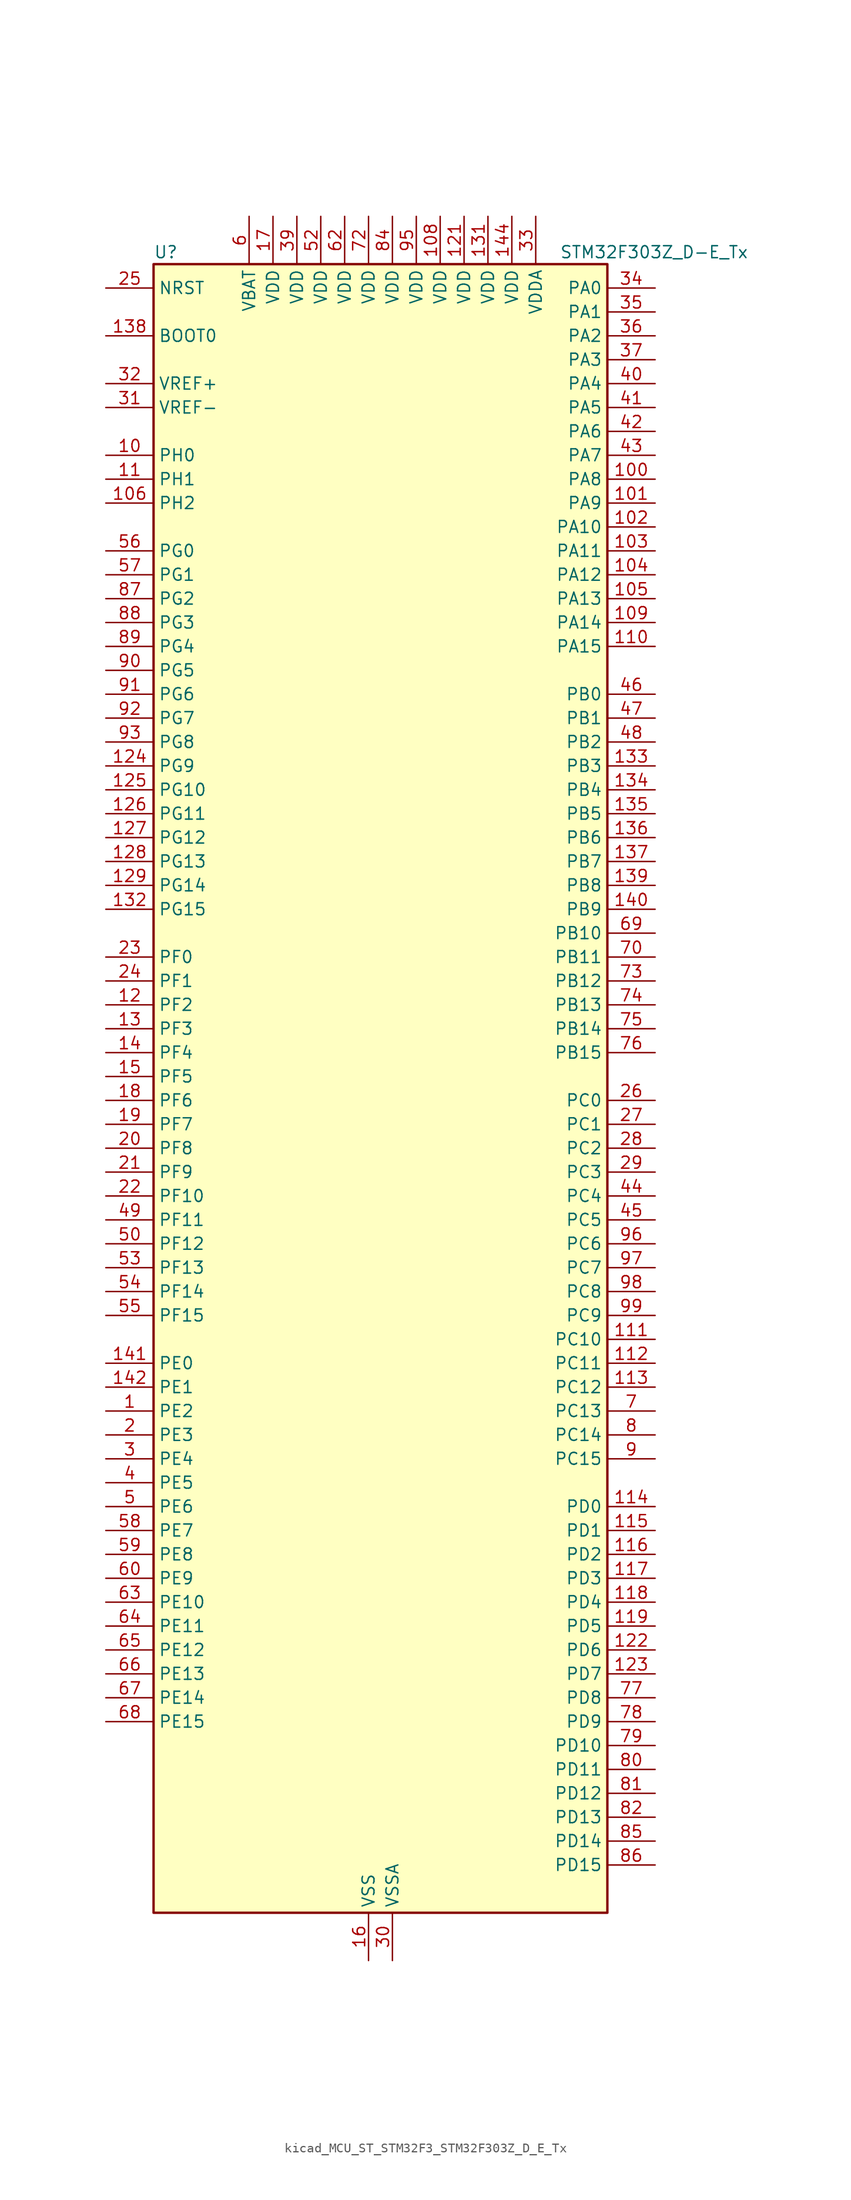
<source format=kicad_sym>
(kicad_symbol_lib
  (version 20220914)
  (generator kicad_symbol_editor)
  (symbol "kicad_MCU_ST_STM32F3_STM32F303Z_D_E_Tx"
    (property "Reference" "U"
      (at -22.86 90.17 0)
      (effects (font (size 1.27 1.27)) (justify left)))
    (property "Value" "STM32F303Z_D-E_Tx"
      (at 20.32 90.17 0)
      (effects (font (size 1.27 1.27)) (justify left)))
    (property "ki_locked" ""
      (at 0 0 0)
      (effects (font (size 1.27 1.27))))
    (symbol "kicad_MCU_ST_STM32F3_STM32F303Z_D_E_Tx_0_1"
      (rectangle (start -22.86 -86.36) (end 25.4 88.9) (stroke (width 0.254) (type default)) (fill (type background))))
    (symbol "kicad_MCU_ST_STM32F3_STM32F303Z_D_E_Tx_1_1"
      (pin bidirectional line (at -27.94 -33.02 0) (length 5.08) (name "PE2" (effects (font (size 1.27 1.27)))) (number "1" (effects (font (size 1.27 1.27)))) (alternate "ADC3_EXTI2" bidirectional line) (alternate "ADC4_EXTI2" bidirectional line) (alternate "FMC_A23" bidirectional line) (alternate "SPI4_SCK" bidirectional line) (alternate "SYS_TRACECK" bidirectional line) (alternate "TIM20_CH1" bidirectional line) (alternate "TIM3_CH1" bidirectional line) (alternate "TSC_G7_IO1" bidirectional line))
      (pin bidirectional line (at -27.94 68.58 0) (length 5.08) (name "PH0" (effects (font (size 1.27 1.27)))) (number "10" (effects (font (size 1.27 1.27)))) (alternate "FMC_A0" bidirectional line) (alternate "TIM20_CH1" bidirectional line))
      (pin bidirectional line (at 30.48 66.04 180) (length 5.08) (name "PA8" (effects (font (size 1.27 1.27)))) (number "100" (effects (font (size 1.27 1.27)))) (alternate "COMP3_OUT" bidirectional line) (alternate "I2C2_SMBA" bidirectional line) (alternate "I2C3_SCL" bidirectional line) (alternate "I2S2_MCK" bidirectional line) (alternate "RCC_MCO" bidirectional line) (alternate "TIM1_CH1" bidirectional line) (alternate "TIM4_ETR" bidirectional line) (alternate "USART1_CK" bidirectional line))
      (pin bidirectional line (at 30.48 63.5 180) (length 5.08) (name "PA9" (effects (font (size 1.27 1.27)))) (number "101" (effects (font (size 1.27 1.27)))) (alternate "COMP5_OUT" bidirectional line) (alternate "DAC1_EXTI9" bidirectional line) (alternate "I2C2_SCL" bidirectional line) (alternate "I2C3_SMBA" bidirectional line) (alternate "I2S3_MCK" bidirectional line) (alternate "TIM15_BKIN" bidirectional line) (alternate "TIM1_CH2" bidirectional line) (alternate "TIM2_CH3" bidirectional line) (alternate "TSC_G4_IO1" bidirectional line) (alternate "USART1_TX" bidirectional line))
      (pin bidirectional line (at 30.48 60.96 180) (length 5.08) (name "PA10" (effects (font (size 1.27 1.27)))) (number "102" (effects (font (size 1.27 1.27)))) (alternate "COMP6_OUT" bidirectional line) (alternate "I2C2_SDA" bidirectional line) (alternate "I2S2_ext_SD" bidirectional line) (alternate "SPI2_MISO" bidirectional line) (alternate "TIM17_BKIN" bidirectional line) (alternate "TIM1_CH3" bidirectional line) (alternate "TIM2_CH4" bidirectional line) (alternate "TIM8_BKIN" bidirectional line) (alternate "TSC_G4_IO2" bidirectional line) (alternate "USART1_RX" bidirectional line))
      (pin bidirectional line (at 30.48 58.42 180) (length 5.08) (name "PA11" (effects (font (size 1.27 1.27)))) (number "103" (effects (font (size 1.27 1.27)))) (alternate "ADC1_EXTI11" bidirectional line) (alternate "ADC2_EXTI11" bidirectional line) (alternate "CAN_RX" bidirectional line) (alternate "COMP1_OUT" bidirectional line) (alternate "I2S2_SD" bidirectional line) (alternate "SPI2_MOSI" bidirectional line) (alternate "TIM1_BKIN2" bidirectional line) (alternate "TIM1_CH1N" bidirectional line) (alternate "TIM1_CH4" bidirectional line) (alternate "TIM4_CH1" bidirectional line) (alternate "USART1_CTS" bidirectional line) (alternate "USB_DM" bidirectional line))
      (pin bidirectional line (at 30.48 55.88 180) (length 5.08) (name "PA12" (effects (font (size 1.27 1.27)))) (number "104" (effects (font (size 1.27 1.27)))) (alternate "CAN_TX" bidirectional line) (alternate "COMP2_OUT" bidirectional line) (alternate "I2S_CKIN" bidirectional line) (alternate "TIM16_CH1" bidirectional line) (alternate "TIM1_CH2N" bidirectional line) (alternate "TIM1_ETR" bidirectional line) (alternate "TIM4_CH2" bidirectional line) (alternate "USART1_DE" bidirectional line) (alternate "USART1_RTS" bidirectional line) (alternate "USB_DP" bidirectional line))
      (pin bidirectional line (at 30.48 53.34 180) (length 5.08) (name "PA13" (effects (font (size 1.27 1.27)))) (number "105" (effects (font (size 1.27 1.27)))) (alternate "IR_OUT" bidirectional line) (alternate "SYS_JTMS-SWDIO" bidirectional line) (alternate "TIM16_CH1N" bidirectional line) (alternate "TIM4_CH3" bidirectional line) (alternate "TSC_G4_IO3" bidirectional line) (alternate "USART3_CTS" bidirectional line))
      (pin bidirectional line (at -27.94 63.5 0) (length 5.08) (name "PH2" (effects (font (size 1.27 1.27)))) (number "106" (effects (font (size 1.27 1.27)))) (alternate "ADC3_EXTI2" bidirectional line) (alternate "ADC4_EXTI2" bidirectional line))
      (pin passive line (at 0 -91.44 90) (length 5.08) hide (name "VSS" (effects (font (size 1.27 1.27)))) (number "107" (effects (font (size 1.27 1.27)))))
      (pin power_in line (at 7.62 93.98 270) (length 5.08) (name "VDD" (effects (font (size 1.27 1.27)))) (number "108" (effects (font (size 1.27 1.27)))))
      (pin bidirectional line (at 30.48 50.8 180) (length 5.08) (name "PA14" (effects (font (size 1.27 1.27)))) (number "109" (effects (font (size 1.27 1.27)))) (alternate "I2C1_SDA" bidirectional line) (alternate "SYS_JTCK-SWCLK" bidirectional line) (alternate "TIM1_BKIN" bidirectional line) (alternate "TIM8_CH2" bidirectional line) (alternate "TSC_G4_IO4" bidirectional line) (alternate "USART2_TX" bidirectional line))
      (pin bidirectional line (at -27.94 66.04 0) (length 5.08) (name "PH1" (effects (font (size 1.27 1.27)))) (number "11" (effects (font (size 1.27 1.27)))) (alternate "FMC_A1" bidirectional line) (alternate "TIM20_CH2" bidirectional line))
      (pin bidirectional line (at 30.48 48.26 180) (length 5.08) (name "PA15" (effects (font (size 1.27 1.27)))) (number "110" (effects (font (size 1.27 1.27)))) (alternate "ADC1_EXTI15" bidirectional line) (alternate "ADC2_EXTI15" bidirectional line) (alternate "ADC3_EXTI15" bidirectional line) (alternate "ADC4_EXTI15" bidirectional line) (alternate "I2C1_SCL" bidirectional line) (alternate "I2S3_WS" bidirectional line) (alternate "SPI1_NSS" bidirectional line) (alternate "SPI3_NSS" bidirectional line) (alternate "SYS_JTDI" bidirectional line) (alternate "TIM1_BKIN" bidirectional line) (alternate "TIM2_CH1" bidirectional line) (alternate "TIM2_ETR" bidirectional line) (alternate "TIM8_CH1" bidirectional line) (alternate "TSC_SYNC" bidirectional line) (alternate "USART2_RX" bidirectional line))
      (pin bidirectional line (at 30.48 -25.4 180) (length 5.08) (name "PC10" (effects (font (size 1.27 1.27)))) (number "111" (effects (font (size 1.27 1.27)))) (alternate "I2S3_CK" bidirectional line) (alternate "SPI3_SCK" bidirectional line) (alternate "TIM8_CH1N" bidirectional line) (alternate "UART4_TX" bidirectional line) (alternate "USART3_TX" bidirectional line))
      (pin bidirectional line (at 30.48 -27.94 180) (length 5.08) (name "PC11" (effects (font (size 1.27 1.27)))) (number "112" (effects (font (size 1.27 1.27)))) (alternate "ADC1_EXTI11" bidirectional line) (alternate "ADC2_EXTI11" bidirectional line) (alternate "I2S3_ext_SD" bidirectional line) (alternate "SPI3_MISO" bidirectional line) (alternate "TIM8_CH2N" bidirectional line) (alternate "UART4_RX" bidirectional line) (alternate "USART3_RX" bidirectional line))
      (pin bidirectional line (at 30.48 -30.48 180) (length 5.08) (name "PC12" (effects (font (size 1.27 1.27)))) (number "113" (effects (font (size 1.27 1.27)))) (alternate "I2S3_SD" bidirectional line) (alternate "SPI3_MOSI" bidirectional line) (alternate "TIM8_CH3N" bidirectional line) (alternate "UART5_TX" bidirectional line) (alternate "USART3_CK" bidirectional line))
      (pin bidirectional line (at 30.48 -43.18 180) (length 5.08) (name "PD0" (effects (font (size 1.27 1.27)))) (number "114" (effects (font (size 1.27 1.27)))) (alternate "CAN_RX" bidirectional line) (alternate "FMC_D2" bidirectional line) (alternate "FMC_DA2" bidirectional line))
      (pin bidirectional line (at 30.48 -45.72 180) (length 5.08) (name "PD1" (effects (font (size 1.27 1.27)))) (number "115" (effects (font (size 1.27 1.27)))) (alternate "CAN_TX" bidirectional line) (alternate "FMC_D3" bidirectional line) (alternate "FMC_DA3" bidirectional line) (alternate "TIM8_BKIN2" bidirectional line) (alternate "TIM8_CH4" bidirectional line))
      (pin bidirectional line (at 30.48 -48.26 180) (length 5.08) (name "PD2" (effects (font (size 1.27 1.27)))) (number "116" (effects (font (size 1.27 1.27)))) (alternate "ADC3_EXTI2" bidirectional line) (alternate "ADC4_EXTI2" bidirectional line) (alternate "TIM3_ETR" bidirectional line) (alternate "TIM8_BKIN" bidirectional line) (alternate "UART5_RX" bidirectional line))
      (pin bidirectional line (at 30.48 -50.8 180) (length 5.08) (name "PD3" (effects (font (size 1.27 1.27)))) (number "117" (effects (font (size 1.27 1.27)))) (alternate "FMC_CLK" bidirectional line) (alternate "TIM2_CH1" bidirectional line) (alternate "TIM2_ETR" bidirectional line) (alternate "USART2_CTS" bidirectional line))
      (pin bidirectional line (at 30.48 -53.34 180) (length 5.08) (name "PD4" (effects (font (size 1.27 1.27)))) (number "118" (effects (font (size 1.27 1.27)))) (alternate "FMC_NOE" bidirectional line) (alternate "TIM2_CH2" bidirectional line) (alternate "USART2_DE" bidirectional line) (alternate "USART2_RTS" bidirectional line))
      (pin bidirectional line (at 30.48 -55.88 180) (length 5.08) (name "PD5" (effects (font (size 1.27 1.27)))) (number "119" (effects (font (size 1.27 1.27)))) (alternate "FMC_NWE" bidirectional line) (alternate "USART2_TX" bidirectional line))
      (pin bidirectional line (at -27.94 10.16 0) (length 5.08) (name "PF2" (effects (font (size 1.27 1.27)))) (number "12" (effects (font (size 1.27 1.27)))) (alternate "ADC1_IN10" bidirectional line) (alternate "ADC2_IN10" bidirectional line) (alternate "ADC3_EXTI2" bidirectional line) (alternate "ADC4_EXTI2" bidirectional line) (alternate "FMC_A2" bidirectional line) (alternate "TIM20_CH3" bidirectional line))
      (pin passive line (at 0 -91.44 90) (length 5.08) hide (name "VSS" (effects (font (size 1.27 1.27)))) (number "120" (effects (font (size 1.27 1.27)))))
      (pin power_in line (at 10.16 93.98 270) (length 5.08) (name "VDD" (effects (font (size 1.27 1.27)))) (number "121" (effects (font (size 1.27 1.27)))))
      (pin bidirectional line (at 30.48 -58.42 180) (length 5.08) (name "PD6" (effects (font (size 1.27 1.27)))) (number "122" (effects (font (size 1.27 1.27)))) (alternate "FMC_NWAIT" bidirectional line) (alternate "TIM2_CH4" bidirectional line) (alternate "USART2_RX" bidirectional line))
      (pin bidirectional line (at 30.48 -60.96 180) (length 5.08) (name "PD7" (effects (font (size 1.27 1.27)))) (number "123" (effects (font (size 1.27 1.27)))) (alternate "FMC_NCE2" bidirectional line) (alternate "FMC_NE1" bidirectional line) (alternate "TIM2_CH3" bidirectional line) (alternate "USART2_CK" bidirectional line))
      (pin bidirectional line (at -27.94 35.56 0) (length 5.08) (name "PG9" (effects (font (size 1.27 1.27)))) (number "124" (effects (font (size 1.27 1.27)))) (alternate "DAC1_EXTI9" bidirectional line) (alternate "FMC_NCE3" bidirectional line) (alternate "FMC_NE2" bidirectional line))
      (pin bidirectional line (at -27.94 33.02 0) (length 5.08) (name "PG10" (effects (font (size 1.27 1.27)))) (number "125" (effects (font (size 1.27 1.27)))) (alternate "FMC_NCE4_1" bidirectional line) (alternate "FMC_NE3" bidirectional line))
      (pin bidirectional line (at -27.94 30.48 0) (length 5.08) (name "PG11" (effects (font (size 1.27 1.27)))) (number "126" (effects (font (size 1.27 1.27)))) (alternate "ADC1_EXTI11" bidirectional line) (alternate "ADC2_EXTI11" bidirectional line) (alternate "FMC_NCE4_2" bidirectional line))
      (pin bidirectional line (at -27.94 27.94 0) (length 5.08) (name "PG12" (effects (font (size 1.27 1.27)))) (number "127" (effects (font (size 1.27 1.27)))) (alternate "FMC_NE4" bidirectional line))
      (pin bidirectional line (at -27.94 25.4 0) (length 5.08) (name "PG13" (effects (font (size 1.27 1.27)))) (number "128" (effects (font (size 1.27 1.27)))) (alternate "FMC_A24" bidirectional line))
      (pin bidirectional line (at -27.94 22.86 0) (length 5.08) (name "PG14" (effects (font (size 1.27 1.27)))) (number "129" (effects (font (size 1.27 1.27)))) (alternate "FMC_A25" bidirectional line))
      (pin bidirectional line (at -27.94 7.62 0) (length 5.08) (name "PF3" (effects (font (size 1.27 1.27)))) (number "13" (effects (font (size 1.27 1.27)))) (alternate "FMC_A3" bidirectional line) (alternate "TIM20_CH4" bidirectional line))
      (pin passive line (at 0 -91.44 90) (length 5.08) hide (name "VSS" (effects (font (size 1.27 1.27)))) (number "130" (effects (font (size 1.27 1.27)))))
      (pin power_in line (at 12.7 93.98 270) (length 5.08) (name "VDD" (effects (font (size 1.27 1.27)))) (number "131" (effects (font (size 1.27 1.27)))))
      (pin bidirectional line (at -27.94 20.32 0) (length 5.08) (name "PG15" (effects (font (size 1.27 1.27)))) (number "132" (effects (font (size 1.27 1.27)))) (alternate "ADC1_EXTI15" bidirectional line) (alternate "ADC2_EXTI15" bidirectional line) (alternate "ADC3_EXTI15" bidirectional line) (alternate "ADC4_EXTI15" bidirectional line))
      (pin bidirectional line (at 30.48 35.56 180) (length 5.08) (name "PB3" (effects (font (size 1.27 1.27)))) (number "133" (effects (font (size 1.27 1.27)))) (alternate "I2S3_CK" bidirectional line) (alternate "SPI1_SCK" bidirectional line) (alternate "SPI3_SCK" bidirectional line) (alternate "SYS_JTDO-TRACESWO" bidirectional line) (alternate "TIM2_CH2" bidirectional line) (alternate "TIM3_ETR" bidirectional line) (alternate "TIM4_ETR" bidirectional line) (alternate "TIM8_CH1N" bidirectional line) (alternate "TSC_G5_IO1" bidirectional line) (alternate "USART2_TX" bidirectional line))
      (pin bidirectional line (at 30.48 33.02 180) (length 5.08) (name "PB4" (effects (font (size 1.27 1.27)))) (number "134" (effects (font (size 1.27 1.27)))) (alternate "I2S3_ext_SD" bidirectional line) (alternate "SPI1_MISO" bidirectional line) (alternate "SPI3_MISO" bidirectional line) (alternate "SYS_NJTRST" bidirectional line) (alternate "TIM16_CH1" bidirectional line) (alternate "TIM17_BKIN" bidirectional line) (alternate "TIM3_CH1" bidirectional line) (alternate "TIM8_CH2N" bidirectional line) (alternate "TSC_G5_IO2" bidirectional line) (alternate "USART2_RX" bidirectional line))
      (pin bidirectional line (at 30.48 30.48 180) (length 5.08) (name "PB5" (effects (font (size 1.27 1.27)))) (number "135" (effects (font (size 1.27 1.27)))) (alternate "I2C1_SMBA" bidirectional line) (alternate "I2C3_SDA" bidirectional line) (alternate "I2S3_SD" bidirectional line) (alternate "SPI1_MOSI" bidirectional line) (alternate "SPI3_MOSI" bidirectional line) (alternate "TIM16_BKIN" bidirectional line) (alternate "TIM17_CH1" bidirectional line) (alternate "TIM3_CH2" bidirectional line) (alternate "TIM8_CH3N" bidirectional line) (alternate "USART2_CK" bidirectional line))
      (pin bidirectional line (at 30.48 27.94 180) (length 5.08) (name "PB6" (effects (font (size 1.27 1.27)))) (number "136" (effects (font (size 1.27 1.27)))) (alternate "I2C1_SCL" bidirectional line) (alternate "TIM16_CH1N" bidirectional line) (alternate "TIM4_CH1" bidirectional line) (alternate "TIM8_BKIN2" bidirectional line) (alternate "TIM8_CH1" bidirectional line) (alternate "TIM8_ETR" bidirectional line) (alternate "TSC_G5_IO3" bidirectional line) (alternate "USART1_TX" bidirectional line))
      (pin bidirectional line (at 30.48 25.4 180) (length 5.08) (name "PB7" (effects (font (size 1.27 1.27)))) (number "137" (effects (font (size 1.27 1.27)))) (alternate "FMC_NL" bidirectional line) (alternate "I2C1_SDA" bidirectional line) (alternate "TIM17_CH1N" bidirectional line) (alternate "TIM3_CH4" bidirectional line) (alternate "TIM4_CH2" bidirectional line) (alternate "TIM8_BKIN" bidirectional line) (alternate "TSC_G5_IO4" bidirectional line) (alternate "USART1_RX" bidirectional line))
      (pin input line (at -27.94 81.28 0) (length 5.08) (name "BOOT0" (effects (font (size 1.27 1.27)))) (number "138" (effects (font (size 1.27 1.27)))))
      (pin bidirectional line (at 30.48 22.86 180) (length 5.08) (name "PB8" (effects (font (size 1.27 1.27)))) (number "139" (effects (font (size 1.27 1.27)))) (alternate "CAN_RX" bidirectional line) (alternate "COMP1_OUT" bidirectional line) (alternate "I2C1_SCL" bidirectional line) (alternate "TIM16_CH1" bidirectional line) (alternate "TIM1_BKIN" bidirectional line) (alternate "TIM4_CH3" bidirectional line) (alternate "TIM8_CH2" bidirectional line) (alternate "TSC_SYNC" bidirectional line) (alternate "USART3_RX" bidirectional line))
      (pin bidirectional line (at -27.94 5.08 0) (length 5.08) (name "PF4" (effects (font (size 1.27 1.27)))) (number "14" (effects (font (size 1.27 1.27)))) (alternate "ADC1_IN5" bidirectional line) (alternate "COMP1_OUT" bidirectional line) (alternate "FMC_A4" bidirectional line) (alternate "TIM20_CH1N" bidirectional line))
      (pin bidirectional line (at 30.48 20.32 180) (length 5.08) (name "PB9" (effects (font (size 1.27 1.27)))) (number "140" (effects (font (size 1.27 1.27)))) (alternate "CAN_TX" bidirectional line) (alternate "COMP2_OUT" bidirectional line) (alternate "DAC1_EXTI9" bidirectional line) (alternate "I2C1_SDA" bidirectional line) (alternate "IR_OUT" bidirectional line) (alternate "TIM17_CH1" bidirectional line) (alternate "TIM4_CH4" bidirectional line) (alternate "TIM8_CH3" bidirectional line) (alternate "USART3_TX" bidirectional line))
      (pin bidirectional line (at -27.94 -27.94 0) (length 5.08) (name "PE0" (effects (font (size 1.27 1.27)))) (number "141" (effects (font (size 1.27 1.27)))) (alternate "FMC_NBL0" bidirectional line) (alternate "TIM16_CH1" bidirectional line) (alternate "TIM20_ETR" bidirectional line) (alternate "TIM4_ETR" bidirectional line) (alternate "USART1_TX" bidirectional line))
      (pin bidirectional line (at -27.94 -30.48 0) (length 5.08) (name "PE1" (effects (font (size 1.27 1.27)))) (number "142" (effects (font (size 1.27 1.27)))) (alternate "FMC_NBL1" bidirectional line) (alternate "TIM17_CH1" bidirectional line) (alternate "TIM20_CH4" bidirectional line) (alternate "USART1_RX" bidirectional line))
      (pin passive line (at 0 -91.44 90) (length 5.08) hide (name "VSS" (effects (font (size 1.27 1.27)))) (number "143" (effects (font (size 1.27 1.27)))))
      (pin power_in line (at 15.24 93.98 270) (length 5.08) (name "VDD" (effects (font (size 1.27 1.27)))) (number "144" (effects (font (size 1.27 1.27)))))
      (pin bidirectional line (at -27.94 2.54 0) (length 5.08) (name "PF5" (effects (font (size 1.27 1.27)))) (number "15" (effects (font (size 1.27 1.27)))) (alternate "FMC_A5" bidirectional line) (alternate "TIM20_CH2N" bidirectional line))
      (pin power_in line (at 0 -91.44 90) (length 5.08) (name "VSS" (effects (font (size 1.27 1.27)))) (number "16" (effects (font (size 1.27 1.27)))))
      (pin power_in line (at -10.16 93.98 270) (length 5.08) (name "VDD" (effects (font (size 1.27 1.27)))) (number "17" (effects (font (size 1.27 1.27)))))
      (pin bidirectional line (at -27.94 0 0) (length 5.08) (name "PF6" (effects (font (size 1.27 1.27)))) (number "18" (effects (font (size 1.27 1.27)))) (alternate "FMC_NIORD" bidirectional line) (alternate "I2C2_SCL" bidirectional line) (alternate "TIM4_CH4" bidirectional line) (alternate "USART3_DE" bidirectional line) (alternate "USART3_RTS" bidirectional line))
      (pin bidirectional line (at -27.94 -2.54 0) (length 5.08) (name "PF7" (effects (font (size 1.27 1.27)))) (number "19" (effects (font (size 1.27 1.27)))) (alternate "FMC_NREG" bidirectional line) (alternate "TIM20_BKIN" bidirectional line))
      (pin bidirectional line (at -27.94 -35.56 0) (length 5.08) (name "PE3" (effects (font (size 1.27 1.27)))) (number "2" (effects (font (size 1.27 1.27)))) (alternate "FMC_A19" bidirectional line) (alternate "SPI4_NSS" bidirectional line) (alternate "SYS_TRACED0" bidirectional line) (alternate "TIM20_CH2" bidirectional line) (alternate "TIM3_CH2" bidirectional line) (alternate "TSC_G7_IO2" bidirectional line))
      (pin bidirectional line (at -27.94 -5.08 0) (length 5.08) (name "PF8" (effects (font (size 1.27 1.27)))) (number "20" (effects (font (size 1.27 1.27)))) (alternate "FMC_NIOWR" bidirectional line) (alternate "TIM20_BKIN2" bidirectional line))
      (pin bidirectional line (at -27.94 -7.62 0) (length 5.08) (name "PF9" (effects (font (size 1.27 1.27)))) (number "21" (effects (font (size 1.27 1.27)))) (alternate "DAC1_EXTI9" bidirectional line) (alternate "FMC_CD" bidirectional line) (alternate "SPI2_SCK" bidirectional line) (alternate "TIM15_CH1" bidirectional line) (alternate "TIM20_BKIN" bidirectional line))
      (pin bidirectional line (at -27.94 -10.16 0) (length 5.08) (name "PF10" (effects (font (size 1.27 1.27)))) (number "22" (effects (font (size 1.27 1.27)))) (alternate "FMC_INTR" bidirectional line) (alternate "SPI2_SCK" bidirectional line) (alternate "TIM15_CH2" bidirectional line) (alternate "TIM20_BKIN2" bidirectional line))
      (pin bidirectional line (at -27.94 15.24 0) (length 5.08) (name "PF0" (effects (font (size 1.27 1.27)))) (number "23" (effects (font (size 1.27 1.27)))) (alternate "I2C2_SDA" bidirectional line) (alternate "I2S2_WS" bidirectional line) (alternate "RCC_OSC_IN" bidirectional line) (alternate "SPI2_NSS" bidirectional line) (alternate "TIM1_CH3N" bidirectional line))
      (pin bidirectional line (at -27.94 12.7 0) (length 5.08) (name "PF1" (effects (font (size 1.27 1.27)))) (number "24" (effects (font (size 1.27 1.27)))) (alternate "I2C2_SCL" bidirectional line) (alternate "I2S2_CK" bidirectional line) (alternate "RCC_OSC_OUT" bidirectional line) (alternate "SPI2_SCK" bidirectional line))
      (pin input line (at -27.94 86.36 0) (length 5.08) (name "NRST" (effects (font (size 1.27 1.27)))) (number "25" (effects (font (size 1.27 1.27)))))
      (pin bidirectional line (at 30.48 0 180) (length 5.08) (name "PC0" (effects (font (size 1.27 1.27)))) (number "26" (effects (font (size 1.27 1.27)))) (alternate "ADC1_IN6" bidirectional line) (alternate "ADC2_IN6" bidirectional line) (alternate "COMP7_INM" bidirectional line) (alternate "TIM1_CH1" bidirectional line))
      (pin bidirectional line (at 30.48 -2.54 180) (length 5.08) (name "PC1" (effects (font (size 1.27 1.27)))) (number "27" (effects (font (size 1.27 1.27)))) (alternate "ADC1_IN7" bidirectional line) (alternate "ADC2_IN7" bidirectional line) (alternate "COMP7_INP" bidirectional line) (alternate "TIM1_CH2" bidirectional line))
      (pin bidirectional line (at 30.48 -5.08 180) (length 5.08) (name "PC2" (effects (font (size 1.27 1.27)))) (number "28" (effects (font (size 1.27 1.27)))) (alternate "ADC1_IN8" bidirectional line) (alternate "ADC2_IN8" bidirectional line) (alternate "ADC3_EXTI2" bidirectional line) (alternate "ADC4_EXTI2" bidirectional line) (alternate "COMP7_OUT" bidirectional line) (alternate "TIM1_CH3" bidirectional line))
      (pin bidirectional line (at 30.48 -7.62 180) (length 5.08) (name "PC3" (effects (font (size 1.27 1.27)))) (number "29" (effects (font (size 1.27 1.27)))) (alternate "ADC1_IN9" bidirectional line) (alternate "ADC2_IN9" bidirectional line) (alternate "TIM1_BKIN2" bidirectional line) (alternate "TIM1_CH4" bidirectional line))
      (pin bidirectional line (at -27.94 -38.1 0) (length 5.08) (name "PE4" (effects (font (size 1.27 1.27)))) (number "3" (effects (font (size 1.27 1.27)))) (alternate "FMC_A20" bidirectional line) (alternate "SPI4_NSS" bidirectional line) (alternate "SYS_TRACED1" bidirectional line) (alternate "TIM20_CH1N" bidirectional line) (alternate "TIM3_CH3" bidirectional line) (alternate "TSC_G7_IO3" bidirectional line))
      (pin power_in line (at 2.54 -91.44 90) (length 5.08) (name "VSSA" (effects (font (size 1.27 1.27)))) (number "30" (effects (font (size 1.27 1.27)))))
      (pin input line (at -27.94 73.66 0) (length 5.08) (name "VREF-" (effects (font (size 1.27 1.27)))) (number "31" (effects (font (size 1.27 1.27)))))
      (pin input line (at -27.94 76.2 0) (length 5.08) (name "VREF+" (effects (font (size 1.27 1.27)))) (number "32" (effects (font (size 1.27 1.27)))))
      (pin power_in line (at 17.78 93.98 270) (length 5.08) (name "VDDA" (effects (font (size 1.27 1.27)))) (number "33" (effects (font (size 1.27 1.27)))))
      (pin bidirectional line (at 30.48 86.36 180) (length 5.08) (name "PA0" (effects (font (size 1.27 1.27)))) (number "34" (effects (font (size 1.27 1.27)))) (alternate "ADC1_IN1" bidirectional line) (alternate "COMP1_INM" bidirectional line) (alternate "COMP1_OUT" bidirectional line) (alternate "RTC_TAMP2" bidirectional line) (alternate "SYS_WKUP1" bidirectional line) (alternate "TIM2_CH1" bidirectional line) (alternate "TIM2_ETR" bidirectional line) (alternate "TIM8_BKIN" bidirectional line) (alternate "TIM8_ETR" bidirectional line) (alternate "TSC_G1_IO1" bidirectional line) (alternate "USART2_CTS" bidirectional line))
      (pin bidirectional line (at 30.48 83.82 180) (length 5.08) (name "PA1" (effects (font (size 1.27 1.27)))) (number "35" (effects (font (size 1.27 1.27)))) (alternate "ADC1_IN2" bidirectional line) (alternate "COMP1_INP" bidirectional line) (alternate "OPAMP1_VINP" bidirectional line) (alternate "OPAMP1_VINP_SEC" bidirectional line) (alternate "OPAMP3_VINP" bidirectional line) (alternate "OPAMP3_VINP_SEC" bidirectional line) (alternate "RTC_REFIN" bidirectional line) (alternate "TIM15_CH1N" bidirectional line) (alternate "TIM2_CH2" bidirectional line) (alternate "TSC_G1_IO2" bidirectional line) (alternate "USART2_DE" bidirectional line) (alternate "USART2_RTS" bidirectional line))
      (pin bidirectional line (at 30.48 81.28 180) (length 5.08) (name "PA2" (effects (font (size 1.27 1.27)))) (number "36" (effects (font (size 1.27 1.27)))) (alternate "ADC1_IN3" bidirectional line) (alternate "ADC3_EXTI2" bidirectional line) (alternate "ADC4_EXTI2" bidirectional line) (alternate "COMP2_INM" bidirectional line) (alternate "COMP2_OUT" bidirectional line) (alternate "OPAMP1_VOUT" bidirectional line) (alternate "TIM15_CH1" bidirectional line) (alternate "TIM2_CH3" bidirectional line) (alternate "TSC_G1_IO3" bidirectional line) (alternate "USART2_TX" bidirectional line))
      (pin bidirectional line (at 30.48 78.74 180) (length 5.08) (name "PA3" (effects (font (size 1.27 1.27)))) (number "37" (effects (font (size 1.27 1.27)))) (alternate "ADC1_IN4" bidirectional line) (alternate "OPAMP1_VINM" bidirectional line) (alternate "OPAMP1_VINM_SEC" bidirectional line) (alternate "OPAMP1_VINP" bidirectional line) (alternate "OPAMP1_VINP_SEC" bidirectional line) (alternate "TIM15_CH2" bidirectional line) (alternate "TIM2_CH4" bidirectional line) (alternate "TSC_G1_IO4" bidirectional line) (alternate "USART2_RX" bidirectional line))
      (pin passive line (at 0 -91.44 90) (length 5.08) hide (name "VSS" (effects (font (size 1.27 1.27)))) (number "38" (effects (font (size 1.27 1.27)))))
      (pin power_in line (at -7.62 93.98 270) (length 5.08) (name "VDD" (effects (font (size 1.27 1.27)))) (number "39" (effects (font (size 1.27 1.27)))))
      (pin bidirectional line (at -27.94 -40.64 0) (length 5.08) (name "PE5" (effects (font (size 1.27 1.27)))) (number "4" (effects (font (size 1.27 1.27)))) (alternate "FMC_A21" bidirectional line) (alternate "SPI4_MISO" bidirectional line) (alternate "SYS_TRACED2" bidirectional line) (alternate "TIM20_CH2N" bidirectional line) (alternate "TIM3_CH4" bidirectional line) (alternate "TSC_G7_IO4" bidirectional line))
      (pin bidirectional line (at 30.48 76.2 180) (length 5.08) (name "PA4" (effects (font (size 1.27 1.27)))) (number "40" (effects (font (size 1.27 1.27)))) (alternate "ADC2_IN1" bidirectional line) (alternate "COMP1_INM" bidirectional line) (alternate "COMP2_INM" bidirectional line) (alternate "COMP3_INM" bidirectional line) (alternate "COMP4_INM" bidirectional line) (alternate "COMP5_INM" bidirectional line) (alternate "COMP6_INM" bidirectional line) (alternate "COMP7_INM" bidirectional line) (alternate "DAC1_OUT1" bidirectional line) (alternate "I2S3_WS" bidirectional line) (alternate "OPAMP4_VINP" bidirectional line) (alternate "OPAMP4_VINP_SEC" bidirectional line) (alternate "SPI1_NSS" bidirectional line) (alternate "SPI3_NSS" bidirectional line) (alternate "TIM3_CH2" bidirectional line) (alternate "TSC_G2_IO1" bidirectional line) (alternate "USART2_CK" bidirectional line))
      (pin bidirectional line (at 30.48 73.66 180) (length 5.08) (name "PA5" (effects (font (size 1.27 1.27)))) (number "41" (effects (font (size 1.27 1.27)))) (alternate "ADC2_IN2" bidirectional line) (alternate "COMP1_INM" bidirectional line) (alternate "COMP2_INM" bidirectional line) (alternate "COMP3_INM" bidirectional line) (alternate "COMP4_INM" bidirectional line) (alternate "COMP5_INM" bidirectional line) (alternate "COMP6_INM" bidirectional line) (alternate "COMP7_INM" bidirectional line) (alternate "DAC1_OUT2" bidirectional line) (alternate "OPAMP1_VINP" bidirectional line) (alternate "OPAMP1_VINP_SEC" bidirectional line) (alternate "OPAMP2_VINM" bidirectional line) (alternate "OPAMP2_VINM_SEC" bidirectional line) (alternate "OPAMP3_VINP" bidirectional line) (alternate "OPAMP3_VINP_SEC" bidirectional line) (alternate "SPI1_SCK" bidirectional line) (alternate "TIM2_CH1" bidirectional line) (alternate "TIM2_ETR" bidirectional line) (alternate "TSC_G2_IO2" bidirectional line))
      (pin bidirectional line (at 30.48 71.12 180) (length 5.08) (name "PA6" (effects (font (size 1.27 1.27)))) (number "42" (effects (font (size 1.27 1.27)))) (alternate "ADC2_IN3" bidirectional line) (alternate "COMP1_OUT" bidirectional line) (alternate "OPAMP2_VOUT" bidirectional line) (alternate "SPI1_MISO" bidirectional line) (alternate "TIM16_CH1" bidirectional line) (alternate "TIM1_BKIN" bidirectional line) (alternate "TIM3_CH1" bidirectional line) (alternate "TIM8_BKIN" bidirectional line) (alternate "TSC_G2_IO3" bidirectional line))
      (pin bidirectional line (at 30.48 68.58 180) (length 5.08) (name "PA7" (effects (font (size 1.27 1.27)))) (number "43" (effects (font (size 1.27 1.27)))) (alternate "ADC2_IN4" bidirectional line) (alternate "COMP2_INP" bidirectional line) (alternate "OPAMP1_VINP" bidirectional line) (alternate "OPAMP1_VINP_SEC" bidirectional line) (alternate "OPAMP2_VINP" bidirectional line) (alternate "OPAMP2_VINP_SEC" bidirectional line) (alternate "SPI1_MOSI" bidirectional line) (alternate "TIM17_CH1" bidirectional line) (alternate "TIM1_CH1N" bidirectional line) (alternate "TIM3_CH2" bidirectional line) (alternate "TIM8_CH1N" bidirectional line) (alternate "TSC_G2_IO4" bidirectional line))
      (pin bidirectional line (at 30.48 -10.16 180) (length 5.08) (name "PC4" (effects (font (size 1.27 1.27)))) (number "44" (effects (font (size 1.27 1.27)))) (alternate "ADC2_IN5" bidirectional line) (alternate "TIM1_ETR" bidirectional line) (alternate "USART1_TX" bidirectional line))
      (pin bidirectional line (at 30.48 -12.7 180) (length 5.08) (name "PC5" (effects (font (size 1.27 1.27)))) (number "45" (effects (font (size 1.27 1.27)))) (alternate "ADC2_IN11" bidirectional line) (alternate "OPAMP1_VINM" bidirectional line) (alternate "OPAMP1_VINM_SEC" bidirectional line) (alternate "OPAMP2_VINM" bidirectional line) (alternate "OPAMP2_VINM_SEC" bidirectional line) (alternate "TIM15_BKIN" bidirectional line) (alternate "TSC_G3_IO1" bidirectional line) (alternate "USART1_RX" bidirectional line))
      (pin bidirectional line (at 30.48 43.18 180) (length 5.08) (name "PB0" (effects (font (size 1.27 1.27)))) (number "46" (effects (font (size 1.27 1.27)))) (alternate "ADC3_IN12" bidirectional line) (alternate "COMP4_INP" bidirectional line) (alternate "OPAMP2_VINP" bidirectional line) (alternate "OPAMP2_VINP_SEC" bidirectional line) (alternate "OPAMP3_VINP" bidirectional line) (alternate "OPAMP3_VINP_SEC" bidirectional line) (alternate "TIM1_CH2N" bidirectional line) (alternate "TIM3_CH3" bidirectional line) (alternate "TIM8_CH2N" bidirectional line) (alternate "TSC_G3_IO2" bidirectional line))
      (pin bidirectional line (at 30.48 40.64 180) (length 5.08) (name "PB1" (effects (font (size 1.27 1.27)))) (number "47" (effects (font (size 1.27 1.27)))) (alternate "ADC3_IN1" bidirectional line) (alternate "COMP4_OUT" bidirectional line) (alternate "OPAMP3_VOUT" bidirectional line) (alternate "TIM1_CH3N" bidirectional line) (alternate "TIM3_CH4" bidirectional line) (alternate "TIM8_CH3N" bidirectional line) (alternate "TSC_G3_IO3" bidirectional line))
      (pin bidirectional line (at 30.48 38.1 180) (length 5.08) (name "PB2" (effects (font (size 1.27 1.27)))) (number "48" (effects (font (size 1.27 1.27)))) (alternate "ADC2_IN12" bidirectional line) (alternate "ADC3_EXTI2" bidirectional line) (alternate "ADC4_EXTI2" bidirectional line) (alternate "COMP4_INM" bidirectional line) (alternate "OPAMP3_VINM" bidirectional line) (alternate "OPAMP3_VINM_SEC" bidirectional line) (alternate "TSC_G3_IO4" bidirectional line))
      (pin bidirectional line (at -27.94 -12.7 0) (length 5.08) (name "PF11" (effects (font (size 1.27 1.27)))) (number "49" (effects (font (size 1.27 1.27)))) (alternate "ADC1_EXTI11" bidirectional line) (alternate "ADC2_EXTI11" bidirectional line) (alternate "TIM20_ETR" bidirectional line))
      (pin bidirectional line (at -27.94 -43.18 0) (length 5.08) (name "PE6" (effects (font (size 1.27 1.27)))) (number "5" (effects (font (size 1.27 1.27)))) (alternate "FMC_A22" bidirectional line) (alternate "RTC_TAMP3" bidirectional line) (alternate "SPI4_MOSI" bidirectional line) (alternate "SYS_TRACED3" bidirectional line) (alternate "SYS_WKUP3" bidirectional line) (alternate "TIM20_CH3N" bidirectional line))
      (pin bidirectional line (at -27.94 -15.24 0) (length 5.08) (name "PF12" (effects (font (size 1.27 1.27)))) (number "50" (effects (font (size 1.27 1.27)))) (alternate "FMC_A6" bidirectional line) (alternate "TIM20_CH1" bidirectional line))
      (pin passive line (at 0 -91.44 90) (length 5.08) hide (name "VSS" (effects (font (size 1.27 1.27)))) (number "51" (effects (font (size 1.27 1.27)))))
      (pin power_in line (at -5.08 93.98 270) (length 5.08) (name "VDD" (effects (font (size 1.27 1.27)))) (number "52" (effects (font (size 1.27 1.27)))))
      (pin bidirectional line (at -27.94 -17.78 0) (length 5.08) (name "PF13" (effects (font (size 1.27 1.27)))) (number "53" (effects (font (size 1.27 1.27)))) (alternate "FMC_A7" bidirectional line) (alternate "TIM20_CH2" bidirectional line))
      (pin bidirectional line (at -27.94 -20.32 0) (length 5.08) (name "PF14" (effects (font (size 1.27 1.27)))) (number "54" (effects (font (size 1.27 1.27)))) (alternate "FMC_A8" bidirectional line) (alternate "TIM20_CH3" bidirectional line))
      (pin bidirectional line (at -27.94 -22.86 0) (length 5.08) (name "PF15" (effects (font (size 1.27 1.27)))) (number "55" (effects (font (size 1.27 1.27)))) (alternate "ADC1_EXTI15" bidirectional line) (alternate "ADC2_EXTI15" bidirectional line) (alternate "ADC3_EXTI15" bidirectional line) (alternate "ADC4_EXTI15" bidirectional line) (alternate "FMC_A9" bidirectional line) (alternate "TIM20_CH4" bidirectional line))
      (pin bidirectional line (at -27.94 58.42 0) (length 5.08) (name "PG0" (effects (font (size 1.27 1.27)))) (number "56" (effects (font (size 1.27 1.27)))) (alternate "FMC_A10" bidirectional line) (alternate "TIM20_CH1N" bidirectional line))
      (pin bidirectional line (at -27.94 55.88 0) (length 5.08) (name "PG1" (effects (font (size 1.27 1.27)))) (number "57" (effects (font (size 1.27 1.27)))) (alternate "FMC_A11" bidirectional line) (alternate "TIM20_CH2N" bidirectional line))
      (pin bidirectional line (at -27.94 -45.72 0) (length 5.08) (name "PE7" (effects (font (size 1.27 1.27)))) (number "58" (effects (font (size 1.27 1.27)))) (alternate "ADC3_IN13" bidirectional line) (alternate "FMC_D4" bidirectional line) (alternate "FMC_DA4" bidirectional line) (alternate "TIM1_ETR" bidirectional line))
      (pin bidirectional line (at -27.94 -48.26 0) (length 5.08) (name "PE8" (effects (font (size 1.27 1.27)))) (number "59" (effects (font (size 1.27 1.27)))) (alternate "ADC3_IN6" bidirectional line) (alternate "ADC4_IN6" bidirectional line) (alternate "COMP4_INM" bidirectional line) (alternate "FMC_D5" bidirectional line) (alternate "FMC_DA5" bidirectional line) (alternate "TIM1_CH1N" bidirectional line))
      (pin power_in line (at -12.7 93.98 270) (length 5.08) (name "VBAT" (effects (font (size 1.27 1.27)))) (number "6" (effects (font (size 1.27 1.27)))))
      (pin bidirectional line (at -27.94 -50.8 0) (length 5.08) (name "PE9" (effects (font (size 1.27 1.27)))) (number "60" (effects (font (size 1.27 1.27)))) (alternate "ADC3_IN2" bidirectional line) (alternate "DAC1_EXTI9" bidirectional line) (alternate "FMC_D6" bidirectional line) (alternate "FMC_DA6" bidirectional line) (alternate "TIM1_CH1" bidirectional line))
      (pin passive line (at 0 -91.44 90) (length 5.08) hide (name "VSS" (effects (font (size 1.27 1.27)))) (number "61" (effects (font (size 1.27 1.27)))))
      (pin power_in line (at -2.54 93.98 270) (length 5.08) (name "VDD" (effects (font (size 1.27 1.27)))) (number "62" (effects (font (size 1.27 1.27)))))
      (pin bidirectional line (at -27.94 -53.34 0) (length 5.08) (name "PE10" (effects (font (size 1.27 1.27)))) (number "63" (effects (font (size 1.27 1.27)))) (alternate "ADC3_IN14" bidirectional line) (alternate "FMC_D7" bidirectional line) (alternate "FMC_DA7" bidirectional line) (alternate "TIM1_CH2N" bidirectional line))
      (pin bidirectional line (at -27.94 -55.88 0) (length 5.08) (name "PE11" (effects (font (size 1.27 1.27)))) (number "64" (effects (font (size 1.27 1.27)))) (alternate "ADC1_EXTI11" bidirectional line) (alternate "ADC2_EXTI11" bidirectional line) (alternate "ADC3_IN15" bidirectional line) (alternate "FMC_D8" bidirectional line) (alternate "FMC_DA8" bidirectional line) (alternate "SPI4_NSS" bidirectional line) (alternate "TIM1_CH2" bidirectional line))
      (pin bidirectional line (at -27.94 -58.42 0) (length 5.08) (name "PE12" (effects (font (size 1.27 1.27)))) (number "65" (effects (font (size 1.27 1.27)))) (alternate "ADC3_IN16" bidirectional line) (alternate "FMC_D9" bidirectional line) (alternate "FMC_DA9" bidirectional line) (alternate "SPI4_SCK" bidirectional line) (alternate "TIM1_CH3N" bidirectional line))
      (pin bidirectional line (at -27.94 -60.96 0) (length 5.08) (name "PE13" (effects (font (size 1.27 1.27)))) (number "66" (effects (font (size 1.27 1.27)))) (alternate "ADC3_IN3" bidirectional line) (alternate "FMC_D10" bidirectional line) (alternate "FMC_DA10" bidirectional line) (alternate "SPI4_MISO" bidirectional line) (alternate "TIM1_CH3" bidirectional line))
      (pin bidirectional line (at -27.94 -63.5 0) (length 5.08) (name "PE14" (effects (font (size 1.27 1.27)))) (number "67" (effects (font (size 1.27 1.27)))) (alternate "ADC4_IN1" bidirectional line) (alternate "FMC_D11" bidirectional line) (alternate "FMC_DA11" bidirectional line) (alternate "SPI4_MOSI" bidirectional line) (alternate "TIM1_BKIN2" bidirectional line) (alternate "TIM1_CH4" bidirectional line))
      (pin bidirectional line (at -27.94 -66.04 0) (length 5.08) (name "PE15" (effects (font (size 1.27 1.27)))) (number "68" (effects (font (size 1.27 1.27)))) (alternate "ADC1_EXTI15" bidirectional line) (alternate "ADC2_EXTI15" bidirectional line) (alternate "ADC3_EXTI15" bidirectional line) (alternate "ADC4_EXTI15" bidirectional line) (alternate "ADC4_IN2" bidirectional line) (alternate "FMC_D12" bidirectional line) (alternate "FMC_DA12" bidirectional line) (alternate "TIM1_BKIN" bidirectional line) (alternate "USART3_RX" bidirectional line))
      (pin bidirectional line (at 30.48 17.78 180) (length 5.08) (name "PB10" (effects (font (size 1.27 1.27)))) (number "69" (effects (font (size 1.27 1.27)))) (alternate "COMP5_INM" bidirectional line) (alternate "OPAMP3_VINM" bidirectional line) (alternate "OPAMP3_VINM_SEC" bidirectional line) (alternate "OPAMP4_VINM" bidirectional line) (alternate "OPAMP4_VINM_SEC" bidirectional line) (alternate "TIM2_CH3" bidirectional line) (alternate "TSC_SYNC" bidirectional line) (alternate "USART3_TX" bidirectional line))
      (pin bidirectional line (at 30.48 -33.02 180) (length 5.08) (name "PC13" (effects (font (size 1.27 1.27)))) (number "7" (effects (font (size 1.27 1.27)))) (alternate "RTC_OUT_ALARM" bidirectional line) (alternate "RTC_OUT_CALIB" bidirectional line) (alternate "RTC_TAMP1" bidirectional line) (alternate "RTC_TS" bidirectional line) (alternate "SYS_WKUP2" bidirectional line) (alternate "TIM1_CH1N" bidirectional line))
      (pin bidirectional line (at 30.48 15.24 180) (length 5.08) (name "PB11" (effects (font (size 1.27 1.27)))) (number "70" (effects (font (size 1.27 1.27)))) (alternate "ADC1_EXTI11" bidirectional line) (alternate "ADC1_IN14" bidirectional line) (alternate "ADC2_EXTI11" bidirectional line) (alternate "ADC2_IN14" bidirectional line) (alternate "COMP6_INP" bidirectional line) (alternate "OPAMP4_VINP" bidirectional line) (alternate "OPAMP4_VINP_SEC" bidirectional line) (alternate "TIM2_CH4" bidirectional line) (alternate "TSC_G6_IO1" bidirectional line) (alternate "USART3_RX" bidirectional line))
      (pin passive line (at 0 -91.44 90) (length 5.08) hide (name "VSS" (effects (font (size 1.27 1.27)))) (number "71" (effects (font (size 1.27 1.27)))))
      (pin power_in line (at 0 93.98 270) (length 5.08) (name "VDD" (effects (font (size 1.27 1.27)))) (number "72" (effects (font (size 1.27 1.27)))))
      (pin bidirectional line (at 30.48 12.7 180) (length 5.08) (name "PB12" (effects (font (size 1.27 1.27)))) (number "73" (effects (font (size 1.27 1.27)))) (alternate "ADC4_IN3" bidirectional line) (alternate "COMP3_INM" bidirectional line) (alternate "I2C2_SMBA" bidirectional line) (alternate "I2S2_WS" bidirectional line) (alternate "OPAMP4_VOUT" bidirectional line) (alternate "SPI2_NSS" bidirectional line) (alternate "TIM1_BKIN" bidirectional line) (alternate "TSC_G6_IO2" bidirectional line) (alternate "USART3_CK" bidirectional line))
      (pin bidirectional line (at 30.48 10.16 180) (length 5.08) (name "PB13" (effects (font (size 1.27 1.27)))) (number "74" (effects (font (size 1.27 1.27)))) (alternate "ADC3_IN5" bidirectional line) (alternate "COMP5_INP" bidirectional line) (alternate "I2S2_CK" bidirectional line) (alternate "OPAMP3_VINP" bidirectional line) (alternate "OPAMP3_VINP_SEC" bidirectional line) (alternate "OPAMP4_VINP" bidirectional line) (alternate "OPAMP4_VINP_SEC" bidirectional line) (alternate "SPI2_SCK" bidirectional line) (alternate "TIM1_CH1N" bidirectional line) (alternate "TSC_G6_IO3" bidirectional line) (alternate "USART3_CTS" bidirectional line))
      (pin bidirectional line (at 30.48 7.62 180) (length 5.08) (name "PB14" (effects (font (size 1.27 1.27)))) (number "75" (effects (font (size 1.27 1.27)))) (alternate "ADC4_IN4" bidirectional line) (alternate "COMP3_INP" bidirectional line) (alternate "I2S2_ext_SD" bidirectional line) (alternate "OPAMP2_VINP" bidirectional line) (alternate "OPAMP2_VINP_SEC" bidirectional line) (alternate "SPI2_MISO" bidirectional line) (alternate "TIM15_CH1" bidirectional line) (alternate "TIM1_CH2N" bidirectional line) (alternate "TSC_G6_IO4" bidirectional line) (alternate "USART3_DE" bidirectional line) (alternate "USART3_RTS" bidirectional line))
      (pin bidirectional line (at 30.48 5.08 180) (length 5.08) (name "PB15" (effects (font (size 1.27 1.27)))) (number "76" (effects (font (size 1.27 1.27)))) (alternate "ADC1_EXTI15" bidirectional line) (alternate "ADC2_EXTI15" bidirectional line) (alternate "ADC3_EXTI15" bidirectional line) (alternate "ADC4_EXTI15" bidirectional line) (alternate "ADC4_IN5" bidirectional line) (alternate "COMP6_INM" bidirectional line) (alternate "I2S2_SD" bidirectional line) (alternate "RTC_REFIN" bidirectional line) (alternate "SPI2_MOSI" bidirectional line) (alternate "TIM15_CH1N" bidirectional line) (alternate "TIM15_CH2" bidirectional line) (alternate "TIM1_CH3N" bidirectional line))
      (pin bidirectional line (at 30.48 -63.5 180) (length 5.08) (name "PD8" (effects (font (size 1.27 1.27)))) (number "77" (effects (font (size 1.27 1.27)))) (alternate "ADC4_IN12" bidirectional line) (alternate "FMC_D13" bidirectional line) (alternate "FMC_DA13" bidirectional line) (alternate "OPAMP4_VINM" bidirectional line) (alternate "OPAMP4_VINM_SEC" bidirectional line) (alternate "USART3_TX" bidirectional line))
      (pin bidirectional line (at 30.48 -66.04 180) (length 5.08) (name "PD9" (effects (font (size 1.27 1.27)))) (number "78" (effects (font (size 1.27 1.27)))) (alternate "ADC4_IN13" bidirectional line) (alternate "DAC1_EXTI9" bidirectional line) (alternate "FMC_D14" bidirectional line) (alternate "FMC_DA14" bidirectional line) (alternate "USART3_RX" bidirectional line))
      (pin bidirectional line (at 30.48 -68.58 180) (length 5.08) (name "PD10" (effects (font (size 1.27 1.27)))) (number "79" (effects (font (size 1.27 1.27)))) (alternate "ADC3_IN7" bidirectional line) (alternate "ADC4_IN7" bidirectional line) (alternate "COMP6_INM" bidirectional line) (alternate "FMC_D15" bidirectional line) (alternate "FMC_DA15" bidirectional line) (alternate "USART3_CK" bidirectional line))
      (pin bidirectional line (at 30.48 -35.56 180) (length 5.08) (name "PC14" (effects (font (size 1.27 1.27)))) (number "8" (effects (font (size 1.27 1.27)))) (alternate "RCC_OSC32_IN" bidirectional line))
      (pin bidirectional line (at 30.48 -71.12 180) (length 5.08) (name "PD11" (effects (font (size 1.27 1.27)))) (number "80" (effects (font (size 1.27 1.27)))) (alternate "ADC1_EXTI11" bidirectional line) (alternate "ADC2_EXTI11" bidirectional line) (alternate "ADC3_IN8" bidirectional line) (alternate "ADC4_IN8" bidirectional line) (alternate "FMC_A16" bidirectional line) (alternate "FMC_CLE" bidirectional line) (alternate "OPAMP4_VINP" bidirectional line) (alternate "OPAMP4_VINP_SEC" bidirectional line) (alternate "USART3_CTS" bidirectional line))
      (pin bidirectional line (at 30.48 -73.66 180) (length 5.08) (name "PD12" (effects (font (size 1.27 1.27)))) (number "81" (effects (font (size 1.27 1.27)))) (alternate "ADC3_IN9" bidirectional line) (alternate "ADC4_IN9" bidirectional line) (alternate "FMC_A17" bidirectional line) (alternate "FMC_ALE" bidirectional line) (alternate "TIM4_CH1" bidirectional line) (alternate "TSC_G8_IO1" bidirectional line) (alternate "USART3_DE" bidirectional line) (alternate "USART3_RTS" bidirectional line))
      (pin bidirectional line (at 30.48 -76.2 180) (length 5.08) (name "PD13" (effects (font (size 1.27 1.27)))) (number "82" (effects (font (size 1.27 1.27)))) (alternate "ADC3_IN10" bidirectional line) (alternate "ADC4_IN10" bidirectional line) (alternate "COMP5_INM" bidirectional line) (alternate "FMC_A18" bidirectional line) (alternate "TIM4_CH2" bidirectional line) (alternate "TSC_G8_IO2" bidirectional line))
      (pin passive line (at 0 -91.44 90) (length 5.08) hide (name "VSS" (effects (font (size 1.27 1.27)))) (number "83" (effects (font (size 1.27 1.27)))))
      (pin power_in line (at 2.54 93.98 270) (length 5.08) (name "VDD" (effects (font (size 1.27 1.27)))) (number "84" (effects (font (size 1.27 1.27)))))
      (pin bidirectional line (at 30.48 -78.74 180) (length 5.08) (name "PD14" (effects (font (size 1.27 1.27)))) (number "85" (effects (font (size 1.27 1.27)))) (alternate "ADC3_IN11" bidirectional line) (alternate "ADC4_IN11" bidirectional line) (alternate "FMC_D0" bidirectional line) (alternate "FMC_DA0" bidirectional line) (alternate "OPAMP2_VINP" bidirectional line) (alternate "OPAMP2_VINP_SEC" bidirectional line) (alternate "TIM4_CH3" bidirectional line) (alternate "TSC_G8_IO3" bidirectional line))
      (pin bidirectional line (at 30.48 -81.28 180) (length 5.08) (name "PD15" (effects (font (size 1.27 1.27)))) (number "86" (effects (font (size 1.27 1.27)))) (alternate "ADC1_EXTI15" bidirectional line) (alternate "ADC2_EXTI15" bidirectional line) (alternate "ADC3_EXTI15" bidirectional line) (alternate "ADC4_EXTI15" bidirectional line) (alternate "COMP3_INM" bidirectional line) (alternate "FMC_D1" bidirectional line) (alternate "FMC_DA1" bidirectional line) (alternate "SPI2_NSS" bidirectional line) (alternate "TIM4_CH4" bidirectional line) (alternate "TSC_G8_IO4" bidirectional line))
      (pin bidirectional line (at -27.94 53.34 0) (length 5.08) (name "PG2" (effects (font (size 1.27 1.27)))) (number "87" (effects (font (size 1.27 1.27)))) (alternate "ADC3_EXTI2" bidirectional line) (alternate "ADC4_EXTI2" bidirectional line) (alternate "FMC_A12" bidirectional line) (alternate "TIM20_CH3N" bidirectional line))
      (pin bidirectional line (at -27.94 50.8 0) (length 5.08) (name "PG3" (effects (font (size 1.27 1.27)))) (number "88" (effects (font (size 1.27 1.27)))) (alternate "FMC_A13" bidirectional line) (alternate "TIM20_BKIN" bidirectional line))
      (pin bidirectional line (at -27.94 48.26 0) (length 5.08) (name "PG4" (effects (font (size 1.27 1.27)))) (number "89" (effects (font (size 1.27 1.27)))) (alternate "FMC_A14" bidirectional line) (alternate "TIM20_BKIN2" bidirectional line))
      (pin bidirectional line (at 30.48 -38.1 180) (length 5.08) (name "PC15" (effects (font (size 1.27 1.27)))) (number "9" (effects (font (size 1.27 1.27)))) (alternate "ADC1_EXTI15" bidirectional line) (alternate "ADC2_EXTI15" bidirectional line) (alternate "ADC3_EXTI15" bidirectional line) (alternate "ADC4_EXTI15" bidirectional line) (alternate "RCC_OSC32_OUT" bidirectional line))
      (pin bidirectional line (at -27.94 45.72 0) (length 5.08) (name "PG5" (effects (font (size 1.27 1.27)))) (number "90" (effects (font (size 1.27 1.27)))) (alternate "FMC_A15" bidirectional line) (alternate "TIM20_ETR" bidirectional line))
      (pin bidirectional line (at -27.94 43.18 0) (length 5.08) (name "PG6" (effects (font (size 1.27 1.27)))) (number "91" (effects (font (size 1.27 1.27)))) (alternate "FMC_INT2" bidirectional line))
      (pin bidirectional line (at -27.94 40.64 0) (length 5.08) (name "PG7" (effects (font (size 1.27 1.27)))) (number "92" (effects (font (size 1.27 1.27)))) (alternate "FMC_INT3" bidirectional line))
      (pin bidirectional line (at -27.94 38.1 0) (length 5.08) (name "PG8" (effects (font (size 1.27 1.27)))) (number "93" (effects (font (size 1.27 1.27)))))
      (pin passive line (at 0 -91.44 90) (length 5.08) hide (name "VSS" (effects (font (size 1.27 1.27)))) (number "94" (effects (font (size 1.27 1.27)))))
      (pin power_in line (at 5.08 93.98 270) (length 5.08) (name "VDD" (effects (font (size 1.27 1.27)))) (number "95" (effects (font (size 1.27 1.27)))))
      (pin bidirectional line (at 30.48 -15.24 180) (length 5.08) (name "PC6" (effects (font (size 1.27 1.27)))) (number "96" (effects (font (size 1.27 1.27)))) (alternate "COMP6_OUT" bidirectional line) (alternate "I2S2_MCK" bidirectional line) (alternate "TIM3_CH1" bidirectional line) (alternate "TIM8_CH1" bidirectional line))
      (pin bidirectional line (at 30.48 -17.78 180) (length 5.08) (name "PC7" (effects (font (size 1.27 1.27)))) (number "97" (effects (font (size 1.27 1.27)))) (alternate "COMP5_OUT" bidirectional line) (alternate "I2S3_MCK" bidirectional line) (alternate "TIM3_CH2" bidirectional line) (alternate "TIM8_CH2" bidirectional line))
      (pin bidirectional line (at 30.48 -20.32 180) (length 5.08) (name "PC8" (effects (font (size 1.27 1.27)))) (number "98" (effects (font (size 1.27 1.27)))) (alternate "COMP3_OUT" bidirectional line) (alternate "TIM3_CH3" bidirectional line) (alternate "TIM8_CH3" bidirectional line))
      (pin bidirectional line (at 30.48 -22.86 180) (length 5.08) (name "PC9" (effects (font (size 1.27 1.27)))) (number "99" (effects (font (size 1.27 1.27)))) (alternate "DAC1_EXTI9" bidirectional line) (alternate "I2C3_SDA" bidirectional line) (alternate "I2S_CKIN" bidirectional line) (alternate "TIM3_CH4" bidirectional line) (alternate "TIM8_BKIN2" bidirectional line) (alternate "TIM8_CH4" bidirectional line)))))
</source>
